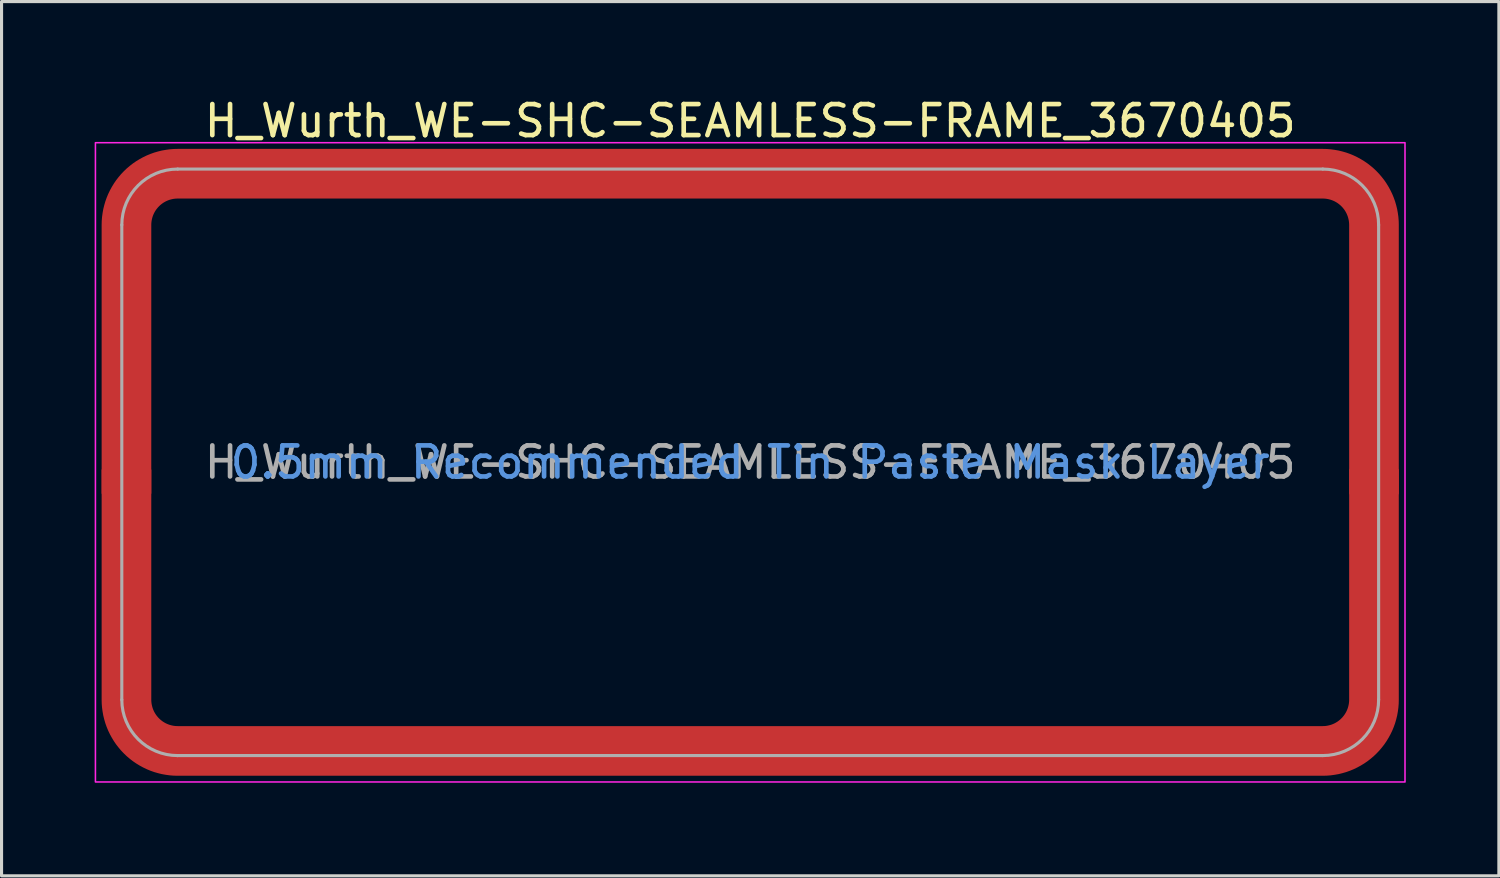
<source format=kicad_pcb>
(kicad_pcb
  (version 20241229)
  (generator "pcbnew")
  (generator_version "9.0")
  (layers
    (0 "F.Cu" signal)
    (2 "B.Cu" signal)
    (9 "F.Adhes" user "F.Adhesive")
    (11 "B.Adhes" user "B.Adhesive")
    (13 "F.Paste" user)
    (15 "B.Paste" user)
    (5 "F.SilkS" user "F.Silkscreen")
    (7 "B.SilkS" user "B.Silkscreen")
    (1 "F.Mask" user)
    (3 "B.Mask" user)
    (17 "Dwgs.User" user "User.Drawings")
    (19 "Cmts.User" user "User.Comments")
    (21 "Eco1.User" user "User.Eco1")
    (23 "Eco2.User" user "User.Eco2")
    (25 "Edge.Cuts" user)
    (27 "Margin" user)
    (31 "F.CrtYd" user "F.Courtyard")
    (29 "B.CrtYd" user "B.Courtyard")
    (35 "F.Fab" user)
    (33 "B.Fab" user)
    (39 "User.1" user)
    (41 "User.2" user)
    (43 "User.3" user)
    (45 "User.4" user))
  (footprint "H_Wurth_WE-SHC-SEAMLESS-FRAME_3670405"
    (layer "F.Cu")
    (at 21.125 11.848)
    (property "Reference" "H_Wurth_WE-SHC-SEAMLESS-FRAME_3670405" (at 0 -11 0) (unlocked yes) (layer "F.SilkS") (effects (font (size 1 1) (thickness 0.15))))
    (attr smd)
    (fp_poly (pts (xy 19.35 0.25) (xy 20.85 0.25) (xy 20.85 7.65) (xy 20.847 7.776) (xy 20.837 7.901) (xy 20.82 8.025) (xy 20.798 8.149) (xy 20.768 8.271) (xy 20.733 8.392) (xy 20.691 8.51) (xy 20.643 8.626) (xy 20.588 8.74) (xy 20.528 8.85) (xy 20.463 8.957) (xy 20.392 9.061) (xy 20.315 9.16) (xy 20.234 9.256) (xy 20.147 9.347) (xy 20.056 9.434) (xy 19.96 9.515) (xy 19.861 9.592) (xy 19.757 9.663) (xy 19.65 9.728) (xy 19.54 9.788) (xy 19.426 9.843) (xy 19.31 9.891) (xy 19.192 9.933) (xy 19.071 9.968) (xy 18.949 9.998) (xy 18.825 10.02) (xy 18.701 10.037) (xy 18.576 10.047) (xy 18.45 10.05) (xy -18.45 10.05) (xy -18.576 10.047) (xy -18.701 10.037) (xy -18.825 10.02) (xy -18.949 9.998) (xy -19.071 9.968) (xy -19.192 9.933) (xy -19.31 9.891) (xy -19.426 9.843) (xy -19.54 9.788) (xy -19.65 9.728) (xy -19.757 9.663) (xy -19.861 9.592) (xy -19.96 9.515) (xy -20.056 9.434) (xy -20.147 9.347) (xy -20.234 9.256) (xy -20.315 9.16) (xy -20.392 9.061) (xy -20.463 8.957) (xy -20.528 8.85) (xy -20.588 8.74) (xy -20.643 8.626) (xy -20.691 8.51) (xy -20.733 8.392) (xy -20.768 8.271) (xy -20.798 8.149) (xy -20.82 8.025) (xy -20.837 7.901) (xy -20.847 7.776) (xy -20.85 7.65) (xy -20.85 0.25) (xy -19.35 0.25) (xy -19.35 7.65) (xy -19.349 7.697) (xy -19.345 7.744) (xy -19.339 7.791) (xy -19.33 7.837) (xy -19.319 7.883) (xy -19.306 7.928) (xy -19.29 7.973) (xy -19.272 8.016) (xy -19.252 8.059) (xy -19.229 8.1) (xy -19.205 8.14) (xy -19.178 8.179) (xy -19.149 8.216) (xy -19.119 8.252) (xy -19.086 8.286) (xy -19.052 8.319) (xy -19.016 8.349) (xy -18.979 8.378) (xy -18.94 8.405) (xy -18.9 8.429) (xy -18.859 8.452) (xy -18.816 8.472) (xy -18.773 8.49) (xy -18.728 8.506) (xy -18.683 8.519) (xy -18.637 8.53) (xy -18.591 8.539) (xy -18.544 8.545) (xy -18.497 8.549) (xy -18.45 8.55) (xy 18.45 8.55) (xy 18.497 8.549) (xy 18.544 8.545) (xy 18.591 8.539) (xy 18.637 8.53) (xy 18.683 8.519) (xy 18.728 8.506) (xy 18.773 8.49) (xy 18.816 8.472) (xy 18.859 8.452) (xy 18.9 8.429) (xy 18.94 8.405) (xy 18.979 8.378) (xy 19.016 8.349) (xy 19.052 8.319) (xy 19.086 8.286) (xy 19.119 8.252) (xy 19.149 8.216) (xy 19.178 8.179) (xy 19.205 8.14) (xy 19.229 8.1) (xy 19.252 8.059) (xy 19.272 8.016) (xy 19.29 7.973) (xy 19.306 7.928) (xy 19.319 7.883) (xy 19.33 7.837) (xy 19.339 7.791) (xy 19.345 7.744) (xy 19.349 7.697) (xy 19.35 7.65) (xy 19.35 0.25)) (stroke (width 0.1) (type solid)) (fill yes) (layer "F.Cu"))
    (fp_poly (pts (xy 19.35 0.25) (xy 20.85 0.25) (xy 20.85 7.65) (xy 20.847 7.776) (xy 20.837 7.901) (xy 20.82 8.025) (xy 20.798 8.149) (xy 20.768 8.271) (xy 20.733 8.392) (xy 20.691 8.51) (xy 20.643 8.626) (xy 20.588 8.74) (xy 20.528 8.85) (xy 20.463 8.957) (xy 20.392 9.061) (xy 20.315 9.16) (xy 20.234 9.256) (xy 20.147 9.347) (xy 20.056 9.434) (xy 19.96 9.515) (xy 19.861 9.592) (xy 19.757 9.663) (xy 19.65 9.728) (xy 19.54 9.788) (xy 19.426 9.843) (xy 19.31 9.891) (xy 19.192 9.933) (xy 19.071 9.968) (xy 18.949 9.998) (xy 18.825 10.02) (xy 18.701 10.037) (xy 18.576 10.047) (xy 18.45 10.05) (xy -18.45 10.05) (xy -18.576 10.047) (xy -18.701 10.037) (xy -18.825 10.02) (xy -18.949 9.998) (xy -19.071 9.968) (xy -19.192 9.933) (xy -19.31 9.891) (xy -19.426 9.843) (xy -19.54 9.788) (xy -19.65 9.728) (xy -19.757 9.663) (xy -19.861 9.592) (xy -19.96 9.515) (xy -20.056 9.434) (xy -20.147 9.347) (xy -20.234 9.256) (xy -20.315 9.16) (xy -20.392 9.061) (xy -20.463 8.957) (xy -20.528 8.85) (xy -20.588 8.74) (xy -20.643 8.626) (xy -20.691 8.51) (xy -20.733 8.392) (xy -20.768 8.271) (xy -20.798 8.149) (xy -20.82 8.025) (xy -20.837 7.901) (xy -20.847 7.776) (xy -20.85 7.65) (xy -20.85 0.25) (xy -19.35 0.25) (xy -19.35 7.65) (xy -19.349 7.697) (xy -19.345 7.744) (xy -19.339 7.791) (xy -19.33 7.837) (xy -19.319 7.883) (xy -19.306 7.928) (xy -19.29 7.973) (xy -19.272 8.016) (xy -19.252 8.059) (xy -19.229 8.1) (xy -19.205 8.14) (xy -19.178 8.179) (xy -19.149 8.216) (xy -19.119 8.252) (xy -19.086 8.286) (xy -19.052 8.319) (xy -19.016 8.349) (xy -18.979 8.378) (xy -18.94 8.405) (xy -18.9 8.429) (xy -18.859 8.452) (xy -18.816 8.472) (xy -18.773 8.49) (xy -18.728 8.506) (xy -18.683 8.519) (xy -18.637 8.53) (xy -18.591 8.539) (xy -18.544 8.545) (xy -18.497 8.549) (xy -18.45 8.55) (xy 18.45 8.55) (xy 18.497 8.549) (xy 18.544 8.545) (xy 18.591 8.539) (xy 18.637 8.53) (xy 18.683 8.519) (xy 18.728 8.506) (xy 18.773 8.49) (xy 18.816 8.472) (xy 18.859 8.452) (xy 18.9 8.429) (xy 18.94 8.405) (xy 18.979 8.378) (xy 19.016 8.349) (xy 19.052 8.319) (xy 19.086 8.286) (xy 19.119 8.252) (xy 19.149 8.216) (xy 19.178 8.179) (xy 19.205 8.14) (xy 19.229 8.1) (xy 19.252 8.059) (xy 19.272 8.016) (xy 19.29 7.973) (xy 19.306 7.928) (xy 19.319 7.883) (xy 19.33 7.837) (xy 19.339 7.791) (xy 19.345 7.744) (xy 19.349 7.697) (xy 19.35 7.65) (xy 19.35 0.25)) (stroke (width 0.1) (type solid)) (fill yes) (layer "F.Mask"))
    (fp_poly (pts (xy 19.35 0.25) (xy 20.85 0.25) (xy 20.85 7.65) (xy 20.847 7.776) (xy 20.837 7.901) (xy 20.82 8.025) (xy 20.798 8.149) (xy 20.768 8.271) (xy 20.733 8.392) (xy 20.691 8.51) (xy 20.643 8.626) (xy 20.588 8.74) (xy 20.528 8.85) (xy 20.463 8.957) (xy 20.392 9.061) (xy 20.315 9.16) (xy 20.234 9.256) (xy 20.147 9.347) (xy 20.056 9.434) (xy 19.96 9.515) (xy 19.861 9.592) (xy 19.757 9.663) (xy 19.65 9.728) (xy 19.54 9.788) (xy 19.426 9.843) (xy 19.31 9.891) (xy 19.192 9.933) (xy 19.071 9.968) (xy 18.949 9.998) (xy 18.825 10.02) (xy 18.701 10.037) (xy 18.576 10.047) (xy 18.45 10.05) (xy -18.45 10.05) (xy -18.576 10.047) (xy -18.701 10.037) (xy -18.825 10.02) (xy -18.949 9.998) (xy -19.071 9.968) (xy -19.192 9.933) (xy -19.31 9.891) (xy -19.426 9.843) (xy -19.54 9.788) (xy -19.65 9.728) (xy -19.757 9.663) (xy -19.861 9.592) (xy -19.96 9.515) (xy -20.056 9.434) (xy -20.147 9.347) (xy -20.234 9.256) (xy -20.315 9.16) (xy -20.392 9.061) (xy -20.463 8.957) (xy -20.528 8.85) (xy -20.588 8.74) (xy -20.643 8.626) (xy -20.691 8.51) (xy -20.733 8.392) (xy -20.768 8.271) (xy -20.798 8.149) (xy -20.82 8.025) (xy -20.837 7.901) (xy -20.847 7.776) (xy -20.85 7.65) (xy -20.85 0.25) (xy -19.35 0.25) (xy -19.35 7.65) (xy -19.349 7.697) (xy -19.345 7.744) (xy -19.339 7.791) (xy -19.33 7.837) (xy -19.319 7.883) (xy -19.306 7.928) (xy -19.29 7.973) (xy -19.272 8.016) (xy -19.252 8.059) (xy -19.229 8.1) (xy -19.205 8.14) (xy -19.178 8.179) (xy -19.149 8.216) (xy -19.119 8.252) (xy -19.086 8.286) (xy -19.052 8.319) (xy -19.016 8.349) (xy -18.979 8.378) (xy -18.94 8.405) (xy -18.9 8.429) (xy -18.859 8.452) (xy -18.816 8.472) (xy -18.773 8.49) (xy -18.728 8.506) (xy -18.683 8.519) (xy -18.637 8.53) (xy -18.591 8.539) (xy -18.544 8.545) (xy -18.497 8.549) (xy -18.45 8.55) (xy 18.45 8.55) (xy 18.497 8.549) (xy 18.544 8.545) (xy 18.591 8.539) (xy 18.637 8.53) (xy 18.683 8.519) (xy 18.728 8.506) (xy 18.773 8.49) (xy 18.816 8.472) (xy 18.859 8.452) (xy 18.9 8.429) (xy 18.94 8.405) (xy 18.979 8.378) (xy 19.016 8.349) (xy 19.052 8.319) (xy 19.086 8.286) (xy 19.119 8.252) (xy 19.149 8.216) (xy 19.178 8.179) (xy 19.205 8.14) (xy 19.229 8.1) (xy 19.252 8.059) (xy 19.272 8.016) (xy 19.29 7.973) (xy 19.306 7.928) (xy 19.319 7.883) (xy 19.33 7.837) (xy 19.339 7.791) (xy 19.345 7.744) (xy 19.349 7.697) (xy 19.35 7.65) (xy 19.35 0.25)) (stroke (width 0.1) (type solid)) (fill yes) (layer "F.Paste"))
    (fp_rect (start -21.1 -10.3) (end 21.1 10.3) (stroke (width 0.05) (type solid)) (fill no) (layer "F.CrtYd"))
    (fp_line (start -20.25 7.65) (end -20.25 -7.65) (stroke (width 0.1) (type solid)) (layer "F.Fab"))
    (fp_line (start -18.45 -9.45) (end 18.45 -9.45) (stroke (width 0.1) (type solid)) (layer "F.Fab"))
    (fp_line (start -18.45 9.45) (end 18.45 9.45) (stroke (width 0.1) (type solid)) (layer "F.Fab"))
    (fp_line (start 20.25 7.65) (end 20.25 -7.65) (stroke (width 0.1) (type solid)) (layer "F.Fab"))
    (fp_arc (start -20.25 -7.65) (mid -19.722792 -8.922792) (end -18.45 -9.45) (stroke (width 0.1) (type default)) (layer "F.Fab"))
    (fp_arc (start -18.45 9.45) (mid -19.722792 8.922792) (end -20.25 7.65) (stroke (width 0.1) (type default)) (layer "F.Fab"))
    (fp_arc (start 18.45 -9.45) (mid 19.722792 -8.922792) (end 20.25 -7.65) (stroke (width 0.1) (type default)) (layer "F.Fab"))
    (fp_arc (start 20.25 7.65) (mid 19.722792 8.922792) (end 18.45 9.45) (stroke (width 0.1) (type default)) (layer "F.Fab"))
    (fp_text user "0.5mm Recommended Tin Paste Mask Layer" (at 0 0 0) (unlocked yes) (layer "Cmts.User") (effects (font (size 1 1) (thickness 0.15))))
    (fp_text user "${REFERENCE}" (at 0 0 0) (unlocked yes) (layer "F.Fab") (effects (font (size 1 1) (thickness 0.15))))
    (pad "1" smd custom (at 20.1 0) (size 1.5 15.3) (layers "F.Cu" "F.Mask" "F.Paste") (options (anchor rect)) (primitives (gr_poly (pts (xy -39.45 1) (xy -40.95 1) (xy -40.95 -7.65) (xy -40.947 -7.776) (xy -40.937 -7.901) (xy -40.92 -8.025) (xy -40.898 -8.149) (xy -40.868 -8.271) (xy -40.833 -8.392) (xy -40.791 -8.51) (xy -40.743 -8.626) (xy -40.688 -8.74) (xy -40.628 -8.85) (xy -40.563 -8.957) (xy -40.492 -9.061) (xy -40.415 -9.16) (xy -40.334 -9.256) (xy -40.247 -9.347) (xy -40.156 -9.434) (xy -40.06 -9.515) (xy -39.961 -9.592) (xy -39.857 -9.663) (xy -39.75 -9.728) (xy -39.64 -9.788) (xy -39.526 -9.843) (xy -39.41 -9.891) (xy -39.292 -9.933) (xy -39.171 -9.968) (xy -39.049 -9.998) (xy -38.925 -10.02) (xy -38.801 -10.037) (xy -38.676 -10.047) (xy -38.55 -10.05) (xy -1.65 -10.05) (xy -1.524 -10.047) (xy -1.399 -10.037) (xy -1.275 -10.02) (xy -1.151 -9.998) (xy -1.029 -9.968) (xy -0.908 -9.933) (xy -0.79 -9.891) (xy -0.674 -9.843) (xy -0.56 -9.788) (xy -0.45 -9.728) (xy -0.343 -9.663) (xy -0.239 -9.592) (xy -0.14 -9.515) (xy -0.044 -9.434) (xy 0.047 -9.347) (xy 0.134 -9.256) (xy 0.215 -9.16) (xy 0.292 -9.061) (xy 0.363 -8.957) (xy 0.428 -8.85) (xy 0.488 -8.74) (xy 0.543 -8.626) (xy 0.591 -8.51) (xy 0.633 -8.392) (xy 0.668 -8.271) (xy 0.698 -8.149) (xy 0.72 -8.025) (xy 0.737 -7.901) (xy 0.747 -7.776) (xy 0.75 -7.65) (xy 0.75 1) (xy -0.75 1) (xy -0.75 -7.65) (xy -0.751 -7.697) (xy -0.755 -7.744) (xy -0.761 -7.791) (xy -0.77 -7.837) (xy -0.781 -7.883) (xy -0.794 -7.928) (xy -0.81 -7.973) (xy -0.828 -8.016) (xy -0.848 -8.059) (xy -0.871 -8.1) (xy -0.895 -8.14) (xy -0.922 -8.179) (xy -0.951 -8.216) (xy -0.981 -8.252) (xy -1.014 -8.286) (xy -1.048 -8.319) (xy -1.084 -8.349) (xy -1.121 -8.378) (xy -1.16 -8.405) (xy -1.2 -8.429) (xy -1.241 -8.452) (xy -1.284 -8.472) (xy -1.327 -8.49) (xy -1.372 -8.506) (xy -1.417 -8.519) (xy -1.463 -8.53) (xy -1.509 -8.539) (xy -1.556 -8.545) (xy -1.603 -8.549) (xy -1.65 -8.55) (xy -38.55 -8.55) (xy -38.597 -8.549) (xy -38.644 -8.545) (xy -38.691 -8.539) (xy -38.737 -8.53) (xy -38.783 -8.519) (xy -38.828 -8.506) (xy -38.873 -8.49) (xy -38.916 -8.472) (xy -38.959 -8.452) (xy -39 -8.429) (xy -39.04 -8.405) (xy -39.079 -8.378) (xy -39.116 -8.349) (xy -39.152 -8.319) (xy -39.186 -8.286) (xy -39.219 -8.252) (xy -39.249 -8.216) (xy -39.278 -8.179) (xy -39.305 -8.14) (xy -39.329 -8.1) (xy -39.352 -8.059) (xy -39.372 -8.016) (xy -39.39 -7.973) (xy -39.406 -7.928) (xy -39.419 -7.883) (xy -39.43 -7.837) (xy -39.439 -7.791) (xy -39.445 -7.744) (xy -39.449 -7.697) (xy -39.45 -7.65) (xy -39.45 1)) (width 0.1) (fill yes)))))
  (gr_rect
    (start -3 -3)
    (end 45.25 25.173)
    (stroke (width 0.1) (type default))
    (fill no)
    (layer "Edge.Cuts")))
</source>
